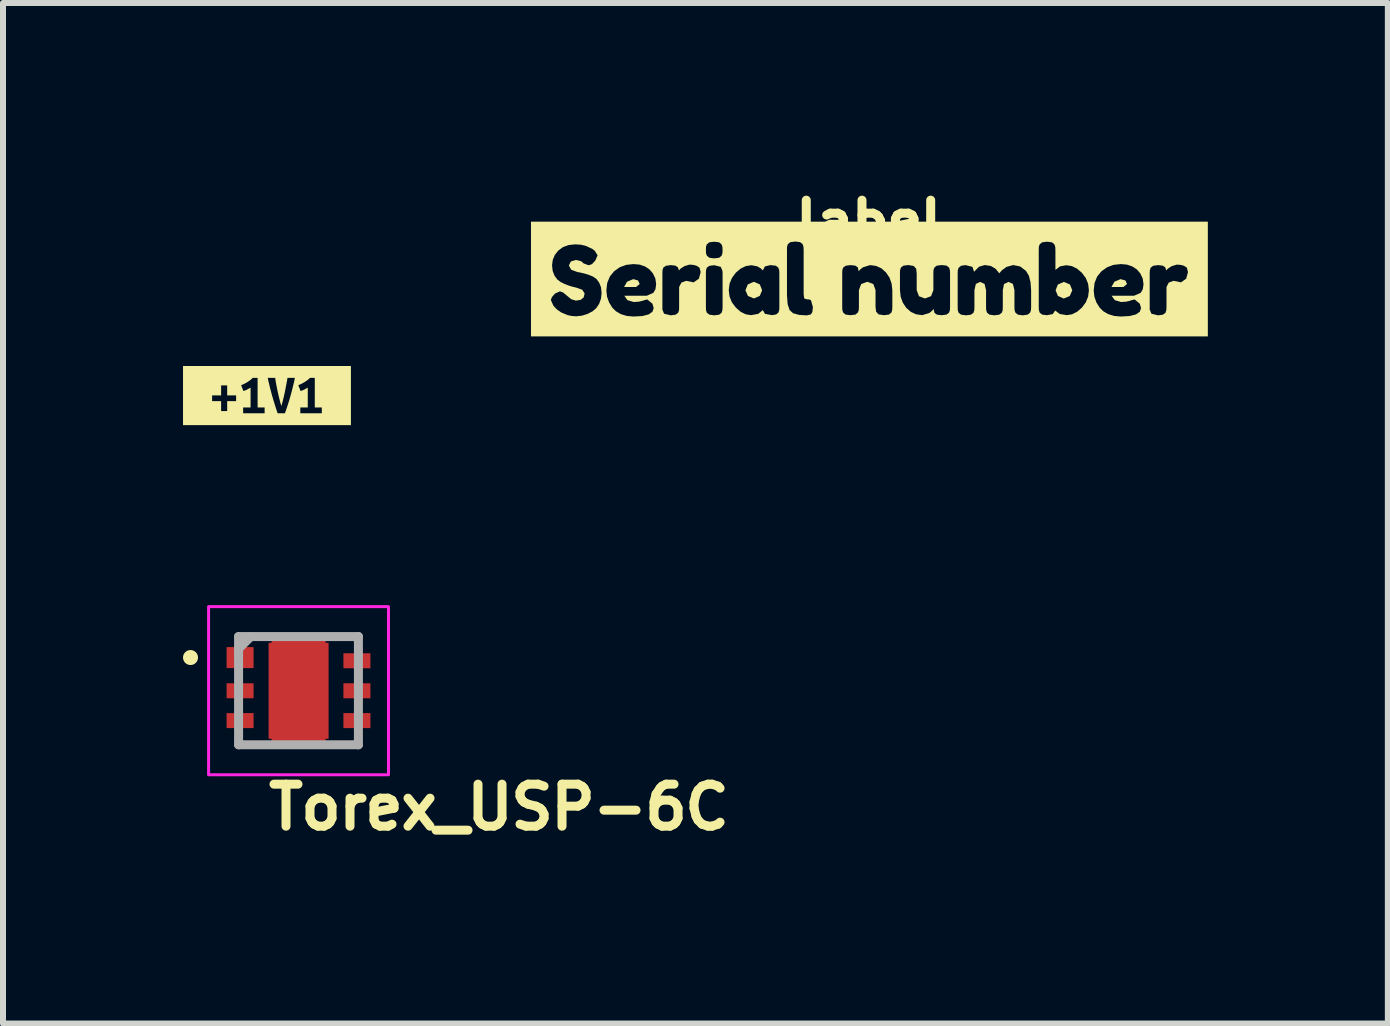
<source format=kicad_pcb>
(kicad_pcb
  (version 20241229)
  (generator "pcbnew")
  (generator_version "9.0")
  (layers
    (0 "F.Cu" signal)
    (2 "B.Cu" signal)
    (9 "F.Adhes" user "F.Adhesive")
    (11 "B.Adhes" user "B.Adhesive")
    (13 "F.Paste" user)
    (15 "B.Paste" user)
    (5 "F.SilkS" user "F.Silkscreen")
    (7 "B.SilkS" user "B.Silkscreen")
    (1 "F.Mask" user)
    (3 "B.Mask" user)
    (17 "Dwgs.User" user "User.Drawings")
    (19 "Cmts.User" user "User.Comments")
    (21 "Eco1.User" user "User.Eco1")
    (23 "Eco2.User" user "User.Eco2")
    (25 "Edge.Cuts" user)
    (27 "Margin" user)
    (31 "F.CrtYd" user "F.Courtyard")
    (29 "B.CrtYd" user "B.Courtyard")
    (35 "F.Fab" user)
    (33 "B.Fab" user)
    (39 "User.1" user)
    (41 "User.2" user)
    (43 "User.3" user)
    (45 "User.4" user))
  (footprint "label"
    (layer "F.Cu")
    (at 11.439 1.6)
    (property "Reference" "label" (at 0 -0.957 0) (layer "F.SilkS") (effects (font (size 0.65 0.65) (thickness 0.15))))
    (attr board_only exclude_from_pos_files exclude_from_bom)
    (fp_poly (pts (xy -3.889 0.133) (xy -3.828 0.083) (xy -3.856 0.024) (xy -3.935 0.002) (xy -4.038 0.044) (xy -4.089 0.133) (xy -3.889 0.133)) (stroke (width 0) (type solid)) (fill yes) (layer "F.SilkS"))
    (fp_poly (pts (xy 4.233 0.133) (xy 4.293 0.083) (xy 4.266 0.024) (xy 4.186 0.002) (xy 4.084 0.044) (xy 4.033 0.133) (xy 4.233 0.133)) (stroke (width 0) (type solid)) (fill yes) (layer "F.SilkS"))
    (fp_poly (pts (xy -2.066 0.187) (xy -2.025 0.282) (xy -1.925 0.324) (xy -1.827 0.281) (xy -1.788 0.187) (xy -1.826 0.09) (xy -1.926 0.046) (xy -2.027 0.09) (xy -2.066 0.187)) (stroke (width 0) (type solid)) (fill yes) (layer "F.SilkS"))
    (fp_poly (pts (xy 3.142 0.283) (xy 3.239 0.325) (xy 3.339 0.283) (xy 3.381 0.187) (xy 3.342 0.091) (xy 3.241 0.048) (xy 3.14 0.092) (xy 3.103 0.188) (xy 3.142 0.283)) (stroke (width 0) (type solid)) (fill yes) (layer "F.SilkS"))
    (fp_poly (pts (xy -5.309 -0.956) (xy -5.292 0.303) (xy -5.241 0.243) (xy -5.157 0.205) (xy -5.104 0.225) (xy -5.033 0.284) (xy -4.97 0.336) (xy -4.893 0.36) (xy -4.811 0.347) (xy -4.762 0.307) (xy -4.746 0.24) (xy -4.786 0.179) (xy -4.887 0.143) (xy -4.95 0.128) (xy -5.017 0.107) (xy -5.085 0.08) (xy -5.147 0.049) (xy -5.203 0.006) (xy -5.248 -0.056) (xy -5.279 -0.136) (xy -5.289 -0.23) (xy -5.277 -0.319) (xy -5.243 -0.401) (xy -5.185 -0.474) (xy -5.107 -0.532) (xy -5.013 -0.566) (xy -4.901 -0.578) (xy -4.81 -0.572) (xy -4.728 -0.553) (xy -4.619 -0.503) (xy -4.579 -0.473) (xy -4.53 -0.395) (xy -4.568 -0.308) (xy -4.623 -0.248) (xy -4.679 -0.229) (xy -4.762 -0.26) (xy -4.78 -0.276) (xy -4.805 -0.297) (xy -4.889 -0.318) (xy -4.975 -0.293) (xy -5.009 -0.225) (xy -4.969 -0.154) (xy -4.868 -0.117) (xy -4.805 -0.105) (xy -4.736 -0.088) (xy -4.668 -0.066) (xy -4.605 -0.04) (xy -4.549 -0.001) (xy -4.504 0.06) (xy -4.473 0.138) (xy -4.463 0.233) (xy -4.474 0.33) (xy -4.505 0.415) (xy -4.552 0.485) (xy -4.612 0.537) (xy -4.7 0.583) (xy -4.792 0.611) (xy -4.887 0.621) (xy -4.96 0.616) (xy -5.028 0.602) (xy -5.136 0.557) (xy -5.208 0.507) (xy -5.254 0.459) (xy -5.268 0.441) (xy -5.309 0.35) (xy -5.292 0.303) (xy -5.309 -0.956) (xy -5.64 -0.956) (xy -5.64 0.956) (xy -4.284 0.478) (xy -4.339 0.389) (xy -4.373 0.293) (xy -4.384 0.191) (xy -4.37 0.066) (xy -4.326 -0.041) (xy -4.255 -0.129) (xy -4.161 -0.196) (xy -4.053 -0.236) (xy -3.931 -0.249) (xy -3.828 -0.24) (xy -3.74 -0.21) (xy -3.667 -0.162) (xy -3.608 -0.094) (xy -3.567 -0.007) (xy -3.554 0.087) (xy -3.566 0.171) (xy -3.602 0.231) (xy -3.709 0.278) (xy -4.085 0.278) (xy -4.033 0.352) (xy -3.928 0.383) (xy -3.846 0.378) (xy -3.784 0.364) (xy -3.766 0.357) (xy -3.703 0.34) (xy -3.45 0.464) (xy -3.45 -0.094) (xy -3.448 -0.148) (xy -3.435 -0.189) (xy -3.392 -0.221) (xy -3.311 -0.232) (xy -3.233 -0.223) (xy -3.192 -0.195) (xy -3.174 -0.143) (xy -3.151 -0.17) (xy -3.087 -0.213) (xy -3 -0.24) (xy -2.938 -0.236) (xy -2.882 -0.222) (xy -1.374 -0.486) (xy -1.372 -0.541) (xy -1.358 -0.583) (xy -1.316 -0.615) (xy -1.234 -0.625) (xy -1.156 -0.615) (xy -1.114 -0.583) (xy -1.099 -0.54) (xy -1.096 -0.484) (xy 0.012 -0.232) (xy 0.112 -0.218) (xy 0.2 -0.178) (xy 0.276 -0.11) (xy 0.335 -0.023) (xy 0.37 0.075) (xy 0.382 0.186) (xy 0.382 0.465) (xy 0.379 0.52) (xy 0.366 0.56) (xy 0.324 0.593) (xy 0.242 0.603) (xy 0.153 0.589) (xy 0.112 0.545) (xy 0.102 0.464) (xy 0.102 0.184) (xy 0.065 0.083) (xy -0.035 0.046) (xy -0.137 0.084) (xy -0.175 0.184) (xy -0.175 0.465) (xy -0.178 0.52) (xy -0.193 0.56) (xy -0.234 0.593) (xy -0.315 0.603) (xy -0.396 0.593) (xy -0.437 0.56) (xy -0.451 0.518) (xy -0.453 0.464) (xy -0.453 -0.098) (xy -0.451 -0.152) (xy -0.436 -0.192) (xy -0.394 -0.222) (xy -0.314 -0.232) (xy -0.235 -0.223) (xy -0.194 -0.195) (xy -0.179 -0.13) (xy -0.15 -0.162) (xy -0.107 -0.195) (xy 0.012 -0.232) (xy -1.096 -0.484) (xy -1.096 0.251) (xy -1.087 0.323) (xy -1.045 0.338) (xy -1.001 0.341) (xy -0.974 0.354) (xy -0.942 0.467) (xy -0.95 0.547) (xy -0.974 0.589) (xy -1.044 0.606) (xy -1.171 0.598) (xy -1.272 0.57) (xy -1.33 0.518) (xy -1.363 0.417) (xy -1.374 0.27) (xy -1.374 -0.486) (xy -2.882 -0.222) (xy -2.832 -0.19) (xy -2.812 -0.116) (xy -2.725 -0.092) (xy -2.723 -0.147) (xy -2.709 -0.189) (xy -2.667 -0.22) (xy -2.585 -0.23) (xy -2.477 -0.203) (xy -2.226 -0.106) (xy -2.144 -0.175) (xy -2.058 -0.216) (xy -1.966 -0.23) (xy -1.868 -0.211) (xy -1.806 -0.175) (xy -1.777 -0.143) (xy -1.741 -0.21) (xy -1.652 -0.232) (xy -1.56 -0.222) (xy -1.518 -0.189) (xy -1.503 -0.147) (xy -1.501 -0.092) (xy -1.501 0.464) (xy -1.503 0.518) (xy -1.517 0.56) (xy -1.555 0.591) (xy -1.626 0.602) (xy -1.741 0.58) (xy -1.776 0.518) (xy -1.854 0.581) (xy -1.972 0.602) (xy -2.061 0.588) (xy -2.146 0.546) (xy -2.226 0.476) (xy -2.292 0.388) (xy -2.331 0.291) (xy -2.344 0.185) (xy -2.331 0.079) (xy -2.291 -0.018) (xy -2.226 -0.106) (xy -2.477 -0.203) (xy -2.449 -0.135) (xy -2.447 -0.089) (xy -2.447 0.467) (xy -2.45 0.521) (xy -2.465 0.564) (xy -2.505 0.595) (xy -2.587 0.605) (xy -2.667 0.594) (xy -2.709 0.562) (xy -2.723 0.521) (xy -2.725 0.465) (xy -2.725 -0.092) (xy -2.812 -0.116) (xy -2.842 -0.005) (xy -2.93 0.056) (xy -2.985 0.043) (xy -3.054 0.03) (xy -3.134 0.06) (xy -3.171 0.133) (xy -3.171 0.467) (xy -3.173 0.521) (xy -3.188 0.564) (xy -3.231 0.595) (xy -3.312 0.605) (xy -3.422 0.578) (xy -3.45 0.51) (xy -3.45 0.464) (xy -3.703 0.34) (xy -3.616 0.411) (xy -3.595 0.484) (xy -3.616 0.546) (xy -3.679 0.59) (xy -3.785 0.617) (xy -3.933 0.625) (xy -4.044 0.615) (xy -4.142 0.585) (xy -4.223 0.538) (xy -4.284 0.478) (xy -5.64 0.956) (xy -5.309 0.956) (xy 0.88 0.602) (xy 0.779 0.588) (xy 0.691 0.548) (xy 0.614 0.48) (xy 0.556 0.393) (xy 0.521 0.295) (xy 0.509 0.184) (xy 0.509 -0.094) (xy 0.511 -0.149) (xy 0.525 -0.191) (xy 0.567 -0.223) (xy 0.648 -0.233) (xy 0.737 -0.218) (xy 0.779 -0.173) (xy 0.788 -0.092) (xy 0.788 0.186) (xy 0.826 0.287) (xy 0.926 0.324) (xy 1.027 0.286) (xy 1.066 0.186) (xy 1.066 -0.095) (xy 1.068 -0.15) (xy 1.083 -0.192) (xy 1.124 -0.223) (xy 1.206 -0.233) (xy 1.286 -0.223) (xy 1.328 -0.191) (xy 1.341 -0.148) (xy 1.471 -0.094) (xy 1.473 -0.148) (xy 1.488 -0.189) (xy 1.528 -0.221) (xy 1.601 -0.232) (xy 1.717 -0.203) (xy 1.744 -0.121) (xy 1.826 -0.205) (xy 1.923 -0.233) (xy 2.022 -0.218) (xy 2.102 -0.172) (xy 2.165 -0.095) (xy 2.207 -0.145) (xy 2.285 -0.202) (xy 2.396 -0.233) (xy 2.513 -0.209) (xy 2.609 -0.136) (xy 2.657 -0.056) (xy 2.685 0.051) (xy 2.695 0.187) (xy 2.822 0.464) (xy 2.822 -0.484) (xy 2.824 -0.539) (xy 2.838 -0.579) (xy 2.88 -0.612) (xy 2.961 -0.622) (xy 3.042 -0.612) (xy 3.082 -0.579) (xy 3.097 -0.537) (xy 3.1 -0.483) (xy 3.1 -0.152) (xy 3.177 -0.211) (xy 3.281 -0.23) (xy 3.372 -0.216) (xy 3.459 -0.174) (xy 3.54 -0.105) (xy 3.606 -0.017) (xy 3.645 0.08) (xy 3.738 0.191) (xy 3.752 0.066) (xy 3.795 -0.041) (xy 3.867 -0.129) (xy 3.961 -0.196) (xy 4.068 -0.236) (xy 4.19 -0.249) (xy 4.293 -0.24) (xy 4.381 -0.21) (xy 4.455 -0.162) (xy 4.514 -0.094) (xy 4.555 -0.007) (xy 4.568 0.087) (xy 4.556 0.171) (xy 4.52 0.231) (xy 4.412 0.278) (xy 4.036 0.278) (xy 4.089 0.352) (xy 4.193 0.383) (xy 4.276 0.378) (xy 4.338 0.364) (xy 4.355 0.357) (xy 4.419 0.34) (xy 4.506 0.411) (xy 4.527 0.484) (xy 4.506 0.546) (xy 4.442 0.59) (xy 4.337 0.617) (xy 4.189 0.625) (xy 4.078 0.615) (xy 3.98 0.585) (xy 3.899 0.538) (xy 3.838 0.478) (xy 3.782 0.389) (xy 3.749 0.293) (xy 3.738 0.191) (xy 3.645 0.08) (xy 3.658 0.187) (xy 3.645 0.293) (xy 3.606 0.389) (xy 3.541 0.477) (xy 3.461 0.546) (xy 3.377 0.588) (xy 3.289 0.602) (xy 3.173 0.583) (xy 3.096 0.525) (xy 3.056 0.584) (xy 2.96 0.603) (xy 2.879 0.593) (xy 2.838 0.56) (xy 2.824 0.518) (xy 2.822 0.464) (xy 2.695 0.187) (xy 2.695 0.465) (xy 2.692 0.52) (xy 2.677 0.562) (xy 2.636 0.594) (xy 2.555 0.605) (xy 2.475 0.594) (xy 2.433 0.56) (xy 2.419 0.518) (xy 2.417 0.464) (xy 2.417 0.186) (xy 2.392 0.082) (xy 2.319 0.048) (xy 2.243 0.084) (xy 2.223 0.187) (xy 2.223 0.465) (xy 2.221 0.521) (xy 2.206 0.562) (xy 2.164 0.594) (xy 2.082 0.605) (xy 2.001 0.594) (xy 1.96 0.56) (xy 1.946 0.518) (xy 1.944 0.464) (xy 1.944 0.186) (xy 1.919 0.082) (xy 1.845 0.048) (xy 1.774 0.082) (xy 1.75 0.186) (xy 1.75 0.467) (xy 1.748 0.521) (xy 1.733 0.564) (xy 1.69 0.595) (xy 1.609 0.605) (xy 1.528 0.594) (xy 1.487 0.562) (xy 1.473 0.521) (xy 1.471 0.465) (xy 1.471 -0.094) (xy 1.341 -0.148) (xy 1.344 -0.094) (xy 1.344 0.468) (xy 1.341 0.521) (xy 1.326 0.562) (xy 1.284 0.593) (xy 1.204 0.603) (xy 1.126 0.594) (xy 1.085 0.565) (xy 1.069 0.5) (xy 1.041 0.532) (xy 0.998 0.567) (xy 0.88 0.602) (xy -5.309 0.956) (xy 5.309 0.956) (xy 5.192 0.056) (xy 5.137 0.043) (xy 5.068 0.03) (xy 4.988 0.06) (xy 4.951 0.133) (xy 4.951 0.467) (xy 4.948 0.521) (xy 4.933 0.564) (xy 4.89 0.595) (xy 4.809 0.605) (xy 4.7 0.578) (xy 4.671 0.51) (xy 4.671 0.464) (xy 4.671 -0.094) (xy 4.674 -0.148) (xy 4.687 -0.189) (xy 4.729 -0.221) (xy 4.811 -0.232) (xy 4.888 -0.223) (xy 4.93 -0.195) (xy 4.947 -0.143) (xy 4.97 -0.17) (xy 5.035 -0.213) (xy 5.121 -0.24) (xy 5.184 -0.236) (xy 5.24 -0.222) (xy 5.29 -0.19) (xy 5.309 -0.116) (xy 5.279 -0.005) (xy 5.192 0.056) (xy 5.309 0.956) (xy 5.64 0.956) (xy 5.64 -0.956) (xy -2.505 -0.612) (xy -2.465 -0.579) (xy -2.45 -0.537) (xy -2.447 -0.483) (xy -2.45 -0.428) (xy -2.464 -0.387) (xy -2.506 -0.354) (xy -2.586 -0.344) (xy -2.666 -0.354) (xy -2.708 -0.387) (xy -2.723 -0.429) (xy -2.725 -0.484) (xy -2.723 -0.539) (xy -2.709 -0.579) (xy -2.667 -0.612) (xy -2.585 -0.622) (xy -2.505 -0.612) (xy 5.64 -0.956) (xy 5.309 -0.956) (xy -5.309 -0.956)) (stroke (width 0) (type solid)) (fill yes) (layer "F.SilkS")))
  (footprint "kibuzzard-6598027D"
    (layer "F.Cu")
    (at 1.399 3.542)
    (property "Reference" "kibuzzard-6598027D" (at 0 -3.541 0) (layer "F.SilkS") (effects (font (size 0.001 0.001) (thickness 0.15))))
    (attr board_only exclude_from_pos_files exclude_from_bom)
    (fp_poly (pts (xy -1.201 -0.493) (xy -1.399 -0.493) (xy -1.399 0.493) (xy -1.201 0.493) (xy -0.663 0.493) (xy -0.663 0.259) (xy -0.764 0.259) (xy -0.764 0.093) (xy -0.914 0.093) (xy -0.914 -0.003) (xy -0.764 -0.003) (xy -0.764 -0.169) (xy -0.663 -0.169) (xy -0.663 -0.003) (xy -0.514 -0.003) (xy -0.514 0.093) (xy -0.663 0.093) (xy -0.663 0.259) (xy -0.663 0.493) (xy -0.039 0.493) (xy -0.039 0.295) (xy -0.397 0.295) (xy -0.397 0.198) (xy -0.273 0.198) (xy -0.273 -0.132) (xy -0.334 -0.098) (xy -0.392 -0.075) (xy -0.43 -0.172) (xy -0.381 -0.194) (xy -0.327 -0.223) (xy -0.277 -0.258) (xy -0.236 -0.295) (xy -0.156 -0.295) (xy -0.156 0.198) (xy -0.039 0.198) (xy -0.039 0.295) (xy -0.039 0.493) (xy 0.178 0.493) (xy 0.178 0.295) (xy 0.154 0.225) (xy 0.129 0.146) (xy 0.112 0.091) (xy 0.096 0.036) (xy 0.08 -0.019) (xy 0.066 -0.073) (xy 0.052 -0.125) (xy 0.04 -0.175) (xy 0.024 -0.241) (xy 0.013 -0.295) (xy 0.137 -0.295) (xy 0.144 -0.245) (xy 0.154 -0.189) (xy 0.166 -0.127) (xy 0.179 -0.064) (xy 0.193 0) (xy 0.209 0.063) (xy 0.224 0.122) (xy 0.24 0.175) (xy 0.255 0.123) (xy 0.27 0.064) (xy 0.285 0.001) (xy 0.299 -0.063) (xy 0.311 -0.126) (xy 0.323 -0.188) (xy 0.334 -0.245) (xy 0.342 -0.295) (xy 0.465 -0.295) (xy 0.453 -0.234) (xy 0.437 -0.167) (xy 0.419 -0.095) (xy 0.399 -0.019) (xy 0.384 0.033) (xy 0.369 0.086) (xy 0.352 0.139) (xy 0.335 0.192) (xy 0.317 0.244) (xy 0.299 0.295) (xy 0.178 0.295) (xy 0.178 0.493) (xy 0.914 0.493) (xy 0.914 0.295) (xy 0.556 0.295) (xy 0.556 0.198) (xy 0.68 0.198) (xy 0.68 -0.132) (xy 0.619 -0.098) (xy 0.561 -0.075) (xy 0.522 -0.172) (xy 0.572 -0.194) (xy 0.625 -0.223) (xy 0.676 -0.258) (xy 0.717 -0.295) (xy 0.797 -0.295) (xy 0.797 0.198) (xy 0.914 0.198) (xy 0.914 0.295) (xy 0.914 0.493) (xy 1.201 0.493) (xy 1.399 0.493) (xy 1.399 -0.493) (xy 1.201 -0.493) (xy -1.201 -0.493)) (stroke (width 0) (type solid)) (fill yes) (layer "F.SilkS")))
  (footprint "Torex_USP-6C"
    (layer "F.Cu")
    (at 1.926 8.462)
    (property "Reference" "Torex_USP-6C" (at -0.575 2.35 0) (layer "F.SilkS") (effects (font (size 0.7 0.7) (thickness 0.15)) (justify left bottom)))
    (attr smd)
    (fp_circle (center -1.801 -0.554) (end -1.751 -0.554) (stroke (width 0.15) (type solid)) (fill yes) (layer "F.SilkS"))
    (fp_rect (start -0.403 -0.701) (end 0.4 -0.203) (stroke (width 0.01) (type solid)) (fill yes) (layer "F.Paste"))
    (fp_rect (start -0.403 0.2) (end 0.4 0.698) (stroke (width 0.01) (type solid)) (fill yes) (layer "F.Paste"))
    (fp_rect (start -1.5 -1.402) (end 1.498 1.4) (stroke (width 0.05) (type solid)) (fill no) (layer "F.CrtYd"))
    (fp_line (start -1 -0.903) (end 0.997 -0.903) (stroke (width 0.15) (type solid)) (layer "F.Fab"))
    (fp_line (start -1 -0.7) (end -0.8 -0.9) (stroke (width 0.15) (type solid)) (layer "F.Fab"))
    (fp_line (start -1 0.9) (end -1 -0.903) (stroke (width 0.15) (type solid)) (layer "F.Fab"))
    (fp_line (start 0.997 -0.903) (end 0.997 0.9) (stroke (width 0.15) (type solid)) (layer "F.Fab"))
    (fp_line (start 0.997 0.9) (end -1 0.9) (stroke (width 0.15) (type solid)) (layer "F.Fab"))
    (fp_rect (start -1 -0.902) (end 0.998 0.9) (stroke (width 0.1) (type solid)) (fill no) (layer "User.5"))
    (fp_line (start -1 -0.902) (end 0.998 -0.902) (stroke (width 0.02) (type solid)) (layer "User.9"))
    (fp_line (start -1 0.9) (end -1 -0.902) (stroke (width 0.02) (type solid)) (layer "User.9"))
    (fp_line (start 0.998 -0.902) (end 0.998 0.9) (stroke (width 0.02) (type solid)) (layer "User.9"))
    (fp_line (start 0.998 0.9) (end -1 0.9) (stroke (width 0.02) (type solid)) (layer "User.9"))
    (pad "1" smd rect (at -0.975 -0.553 90) (size 0.35 0.45) (layers "F.Cu" "F.Mask" "F.Paste"))
    (pad "2" smd rect (at -0.975 0 90) (size 0.25 0.45) (layers "F.Cu" "F.Mask" "F.Paste"))
    (pad "3" smd rect (at -0.975 0.497 90) (size 0.25 0.45) (layers "F.Cu" "F.Mask" "F.Paste"))
    (pad "4" smd rect (at 0.972 0.497 90) (size 0.25 0.45) (layers "F.Cu" "F.Mask" "F.Paste"))
    (pad "5" smd rect (at 0.972 0 90) (size 0.25 0.45) (layers "F.Cu" "F.Mask" "F.Paste"))
    (pad "6" smd rect (at 0.972 -0.5 90) (size 0.25 0.45) (layers "F.Cu" "F.Mask" "F.Paste"))
    (pad "7" smd rect (at 0 0) (size 1 1.6) (layers "F.Cu" "F.Mask"))
    (pad "7" smd rect (at 0 0 90) (size 1.8 0.9) (layers "F.Cu" "F.Mask")))
  (gr_rect
    (start -3 -3)
    (end 20.079 14.008)
    (stroke (width 0.1) (type default))
    (fill no)
    (layer "Edge.Cuts")))
</source>
